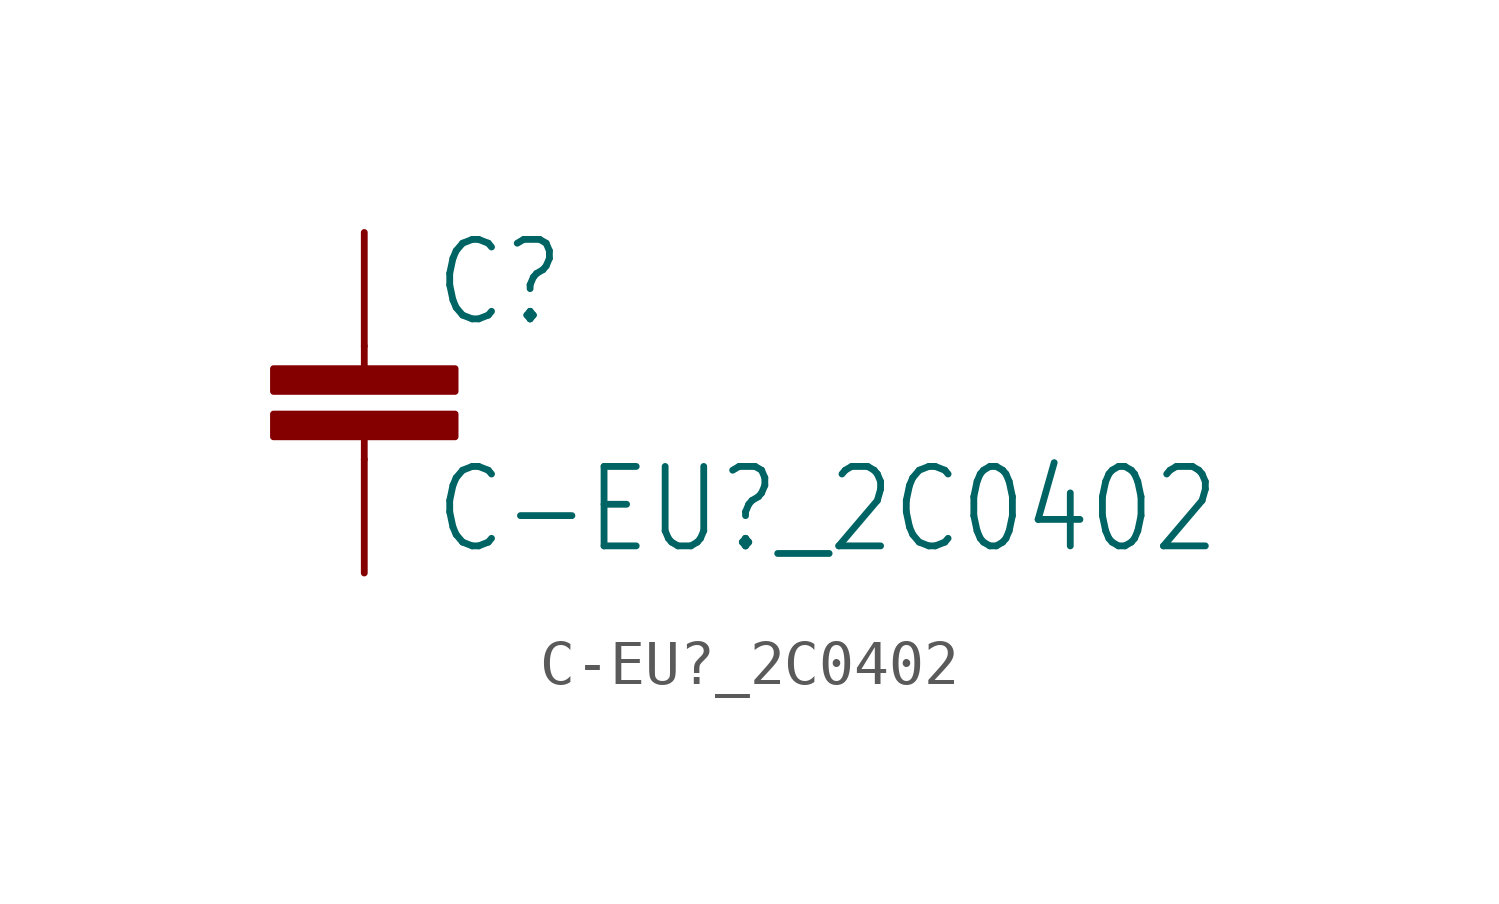
<source format=kicad_sym>
(kicad_symbol_lib
  (version 20201005)
  (generator kicad_symbol_editor)
  (symbol "C-EU?_2C0402"
    (property "Reference" "C"
      (at 1.524 0.381 0)
      (effects (font (size 1.778 1.511)) (justify left bottom)))
    (property "Value" "C-EU?_2C0402"
      (at 1.524 -4.699 0)
      (effects (font (size 1.778 1.511)) (justify left bottom)))
    (property "ki_locked" ""
      (at 0 0 0)
      (effects (font (size 1.27 1.27))))
    (symbol "C-EU?_2C0402_1_0"
      (rectangle (start -2.032 -2.032) (end 2.032 -1.524) (stroke (width 0)) (fill (type outline)))
      (rectangle (start -2.032 -1.016) (end 2.032 -0.508) (stroke (width 0)) (fill (type outline)))
      (polyline (pts (xy 0 -2.54) (xy 0 -2.032)) (stroke (width 0.152)) (fill (type none)))
      (polyline (pts (xy 0 0) (xy 0 -0.508)) (stroke (width 0.152)) (fill (type none)))
      (pin passive line (at 0 2.54 270) (length 2.54) (name "1" (effects (font (size 0 0)))) (number "1" (effects (font (size 0 0)))))
      (pin passive line (at 0 -5.08 90) (length 2.54) (name "2" (effects (font (size 0 0)))) (number "2" (effects (font (size 0 0))))))))
</source>
